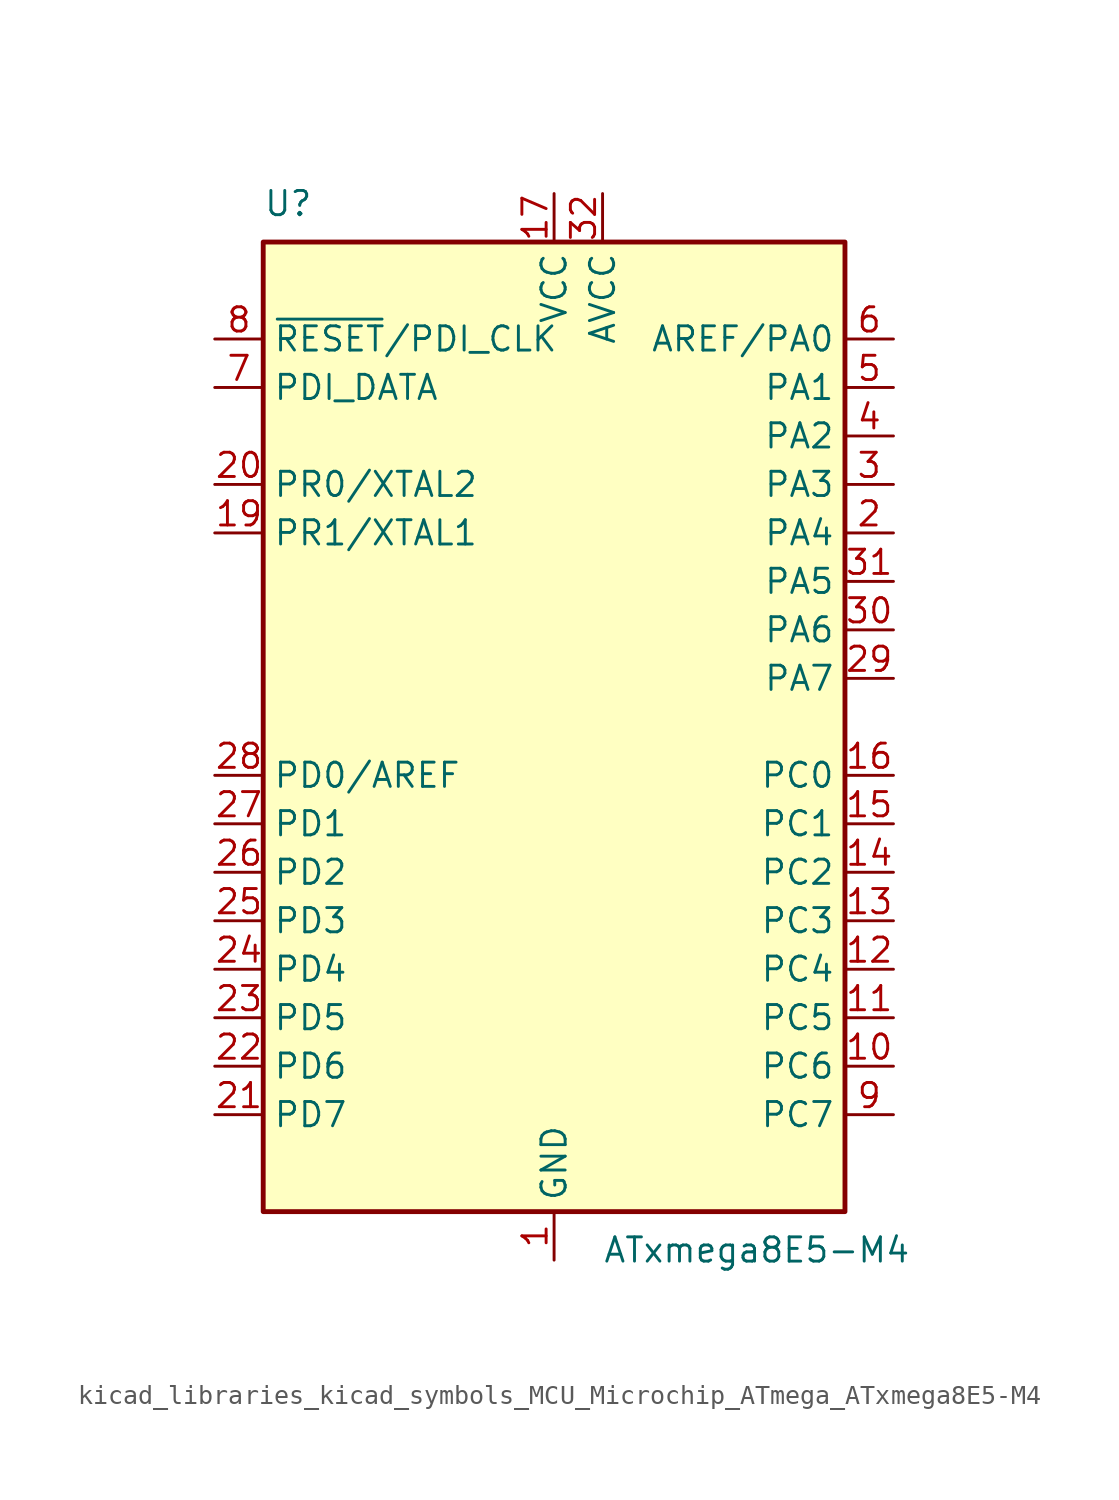
<source format=kicad_sym>
(kicad_symbol_lib
  (version 20220914)
  (generator kicad_symbol_editor)
  (symbol "kicad_libraries_kicad_symbols_MCU_Microchip_ATmega_ATxmega8E5-M4"
    (property "Reference" "U"
      (at -15.24 26.67 0)
      (effects (font (size 1.27 1.27)) (justify left bottom)))
    (property "Value" "ATxmega8E5-M4"
      (at 2.54 -26.67 0)
      (effects (font (size 1.27 1.27)) (justify left top)))
    (symbol "kicad_libraries_kicad_symbols_MCU_Microchip_ATmega_ATxmega8E5-M4_0_1"
      (rectangle (start -15.24 -25.4) (end 15.24 25.4) (stroke (width 0.254) (type default)) (fill (type background))))
    (symbol "kicad_libraries_kicad_symbols_MCU_Microchip_ATmega_ATxmega8E5-M4_1_1"
      (pin power_in line (at 0 -27.94 90) (length 2.54) (name "GND" (effects (font (size 1.27 1.27)))) (number "1" (effects (font (size 1.27 1.27)))))
      (pin bidirectional line (at 17.78 -17.78 180) (length 2.54) (name "PC6" (effects (font (size 1.27 1.27)))) (number "10" (effects (font (size 1.27 1.27)))))
      (pin bidirectional line (at 17.78 -15.24 180) (length 2.54) (name "PC5" (effects (font (size 1.27 1.27)))) (number "11" (effects (font (size 1.27 1.27)))))
      (pin bidirectional line (at 17.78 -12.7 180) (length 2.54) (name "PC4" (effects (font (size 1.27 1.27)))) (number "12" (effects (font (size 1.27 1.27)))))
      (pin bidirectional line (at 17.78 -10.16 180) (length 2.54) (name "PC3" (effects (font (size 1.27 1.27)))) (number "13" (effects (font (size 1.27 1.27)))))
      (pin bidirectional line (at 17.78 -7.62 180) (length 2.54) (name "PC2" (effects (font (size 1.27 1.27)))) (number "14" (effects (font (size 1.27 1.27)))))
      (pin bidirectional line (at 17.78 -5.08 180) (length 2.54) (name "PC1" (effects (font (size 1.27 1.27)))) (number "15" (effects (font (size 1.27 1.27)))))
      (pin bidirectional line (at 17.78 -2.54 180) (length 2.54) (name "PC0" (effects (font (size 1.27 1.27)))) (number "16" (effects (font (size 1.27 1.27)))))
      (pin power_in line (at 0 27.94 270) (length 2.54) (name "VCC" (effects (font (size 1.27 1.27)))) (number "17" (effects (font (size 1.27 1.27)))))
      (pin passive line (at 0 -27.94 90) (length 2.54) hide (name "GND" (effects (font (size 1.27 1.27)))) (number "18" (effects (font (size 1.27 1.27)))))
      (pin bidirectional line (at -17.78 10.16 0) (length 2.54) (name "PR1/XTAL1" (effects (font (size 1.27 1.27)))) (number "19" (effects (font (size 1.27 1.27)))))
      (pin bidirectional line (at 17.78 10.16 180) (length 2.54) (name "PA4" (effects (font (size 1.27 1.27)))) (number "2" (effects (font (size 1.27 1.27)))))
      (pin bidirectional line (at -17.78 12.7 0) (length 2.54) (name "PR0/XTAL2" (effects (font (size 1.27 1.27)))) (number "20" (effects (font (size 1.27 1.27)))))
      (pin bidirectional line (at -17.78 -20.32 0) (length 2.54) (name "PD7" (effects (font (size 1.27 1.27)))) (number "21" (effects (font (size 1.27 1.27)))))
      (pin bidirectional line (at -17.78 -17.78 0) (length 2.54) (name "PD6" (effects (font (size 1.27 1.27)))) (number "22" (effects (font (size 1.27 1.27)))))
      (pin bidirectional line (at -17.78 -15.24 0) (length 2.54) (name "PD5" (effects (font (size 1.27 1.27)))) (number "23" (effects (font (size 1.27 1.27)))))
      (pin bidirectional line (at -17.78 -12.7 0) (length 2.54) (name "PD4" (effects (font (size 1.27 1.27)))) (number "24" (effects (font (size 1.27 1.27)))))
      (pin bidirectional line (at -17.78 -10.16 0) (length 2.54) (name "PD3" (effects (font (size 1.27 1.27)))) (number "25" (effects (font (size 1.27 1.27)))))
      (pin bidirectional line (at -17.78 -7.62 0) (length 2.54) (name "PD2" (effects (font (size 1.27 1.27)))) (number "26" (effects (font (size 1.27 1.27)))))
      (pin bidirectional line (at -17.78 -5.08 0) (length 2.54) (name "PD1" (effects (font (size 1.27 1.27)))) (number "27" (effects (font (size 1.27 1.27)))))
      (pin bidirectional line (at -17.78 -2.54 0) (length 2.54) (name "PD0/AREF" (effects (font (size 1.27 1.27)))) (number "28" (effects (font (size 1.27 1.27)))))
      (pin bidirectional line (at 17.78 2.54 180) (length 2.54) (name "PA7" (effects (font (size 1.27 1.27)))) (number "29" (effects (font (size 1.27 1.27)))))
      (pin bidirectional line (at 17.78 12.7 180) (length 2.54) (name "PA3" (effects (font (size 1.27 1.27)))) (number "3" (effects (font (size 1.27 1.27)))))
      (pin bidirectional line (at 17.78 5.08 180) (length 2.54) (name "PA6" (effects (font (size 1.27 1.27)))) (number "30" (effects (font (size 1.27 1.27)))))
      (pin bidirectional line (at 17.78 7.62 180) (length 2.54) (name "PA5" (effects (font (size 1.27 1.27)))) (number "31" (effects (font (size 1.27 1.27)))))
      (pin power_in line (at 2.54 27.94 270) (length 2.54) (name "AVCC" (effects (font (size 1.27 1.27)))) (number "32" (effects (font (size 1.27 1.27)))))
      (pin passive line (at 0 -27.94 90) (length 2.54) hide (name "GND" (effects (font (size 1.27 1.27)))) (number "33" (effects (font (size 1.27 1.27)))))
      (pin bidirectional line (at 17.78 15.24 180) (length 2.54) (name "PA2" (effects (font (size 1.27 1.27)))) (number "4" (effects (font (size 1.27 1.27)))))
      (pin bidirectional line (at 17.78 17.78 180) (length 2.54) (name "PA1" (effects (font (size 1.27 1.27)))) (number "5" (effects (font (size 1.27 1.27)))))
      (pin bidirectional line (at 17.78 20.32 180) (length 2.54) (name "AREF/PA0" (effects (font (size 1.27 1.27)))) (number "6" (effects (font (size 1.27 1.27)))))
      (pin bidirectional line (at -17.78 17.78 0) (length 2.54) (name "PDI_DATA" (effects (font (size 1.27 1.27)))) (number "7" (effects (font (size 1.27 1.27)))))
      (pin input line (at -17.78 20.32 0) (length 2.54) (name "~{RESET}/PDI_CLK" (effects (font (size 1.27 1.27)))) (number "8" (effects (font (size 1.27 1.27)))))
      (pin bidirectional line (at 17.78 -20.32 180) (length 2.54) (name "PC7" (effects (font (size 1.27 1.27)))) (number "9" (effects (font (size 1.27 1.27))))))))
</source>
